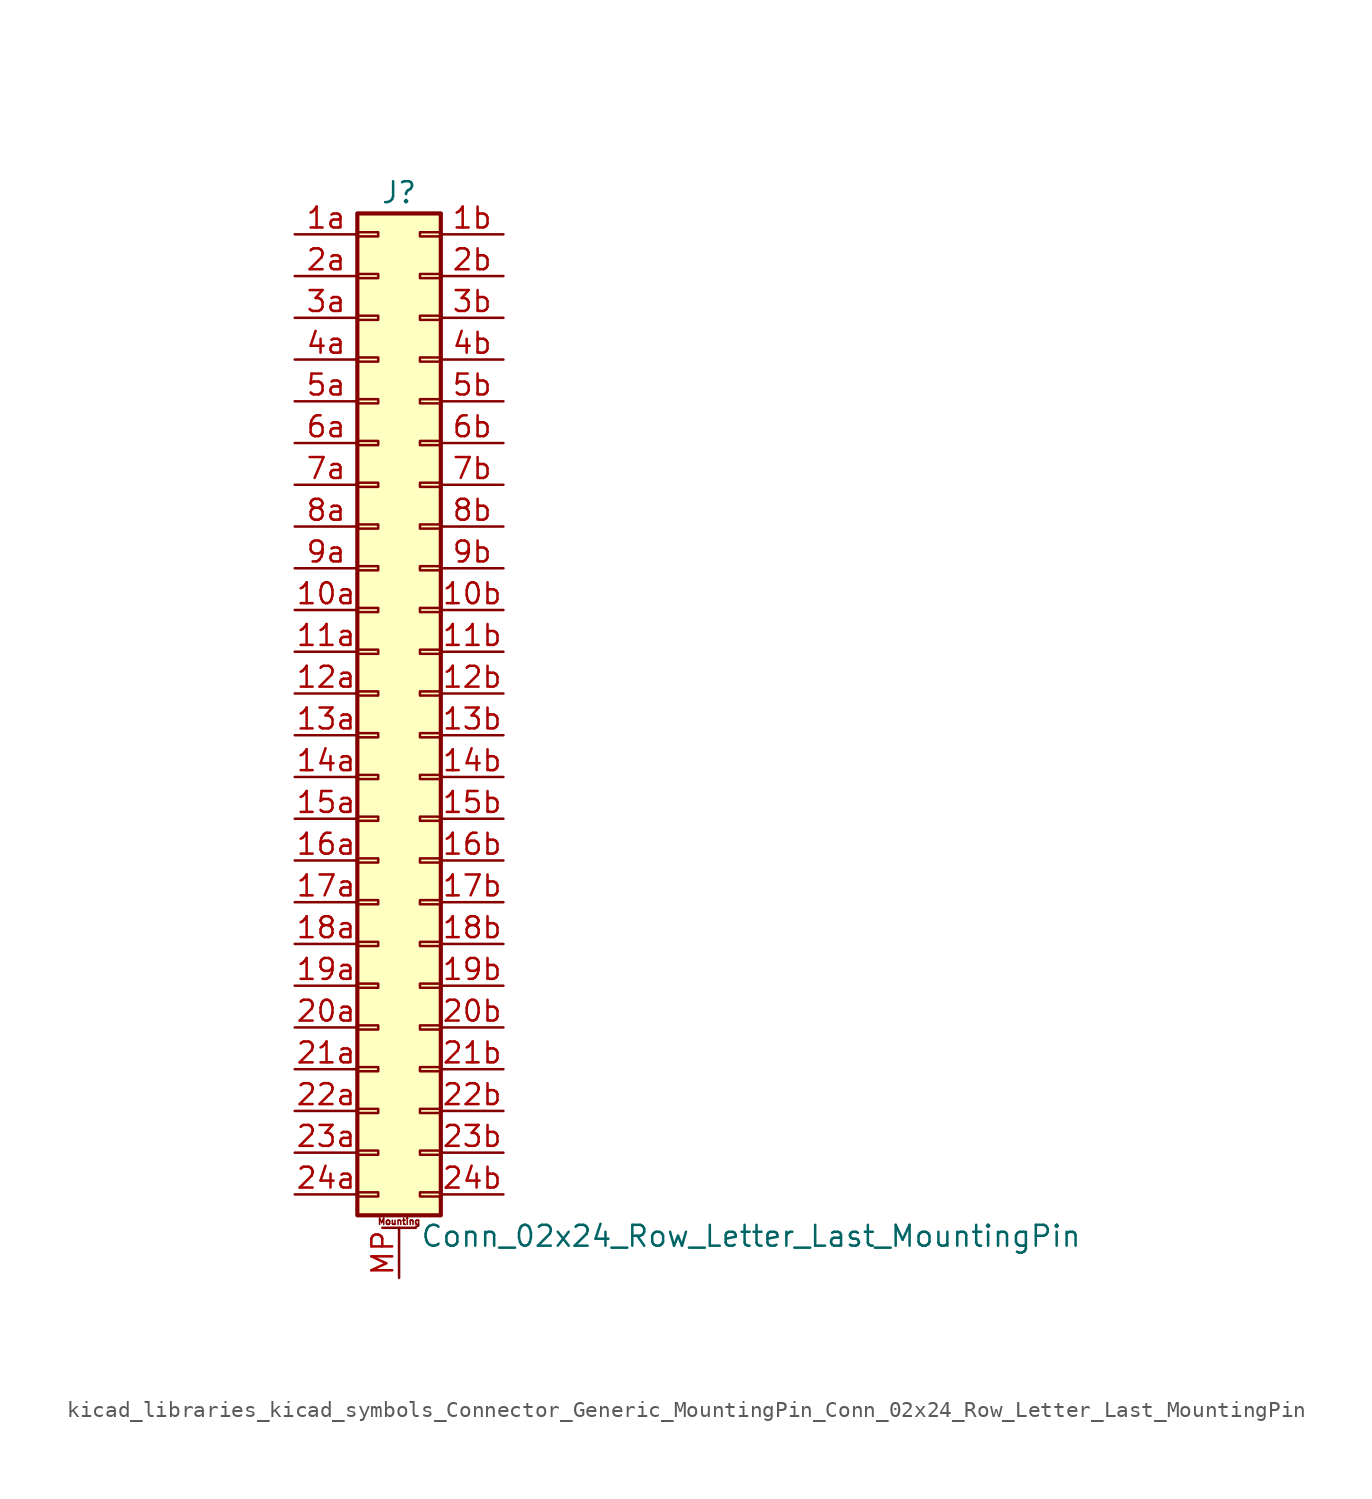
<source format=kicad_sym>
(kicad_symbol_lib
  (version 20220914)
  (generator kicad_symbol_editor)
  (symbol "kicad_libraries_kicad_symbols_Connector_Generic_MountingPin_Conn_02x24_Row_Letter_Last_MountingPin"
    (pin_names
      (offset 1.016) hide)
    (property "Reference" "J"
      (at 1.27 30.48 0)
      (effects (font (size 1.27 1.27))))
    (property "Value" "Conn_02x24_Row_Letter_Last_MountingPin"
      (at 2.54 -33.02 0)
      (effects (font (size 1.27 1.27)) (justify left)))
    (symbol "kicad_libraries_kicad_symbols_Connector_Generic_MountingPin_Conn_02x24_Row_Letter_Last_MountingPin_1_1"
      (rectangle (start -1.27 -30.353) (end 0 -30.607) (stroke (width 0.152) (type default)) (fill (type none)))
      (rectangle (start -1.27 -27.813) (end 0 -28.067) (stroke (width 0.152) (type default)) (fill (type none)))
      (rectangle (start -1.27 -25.273) (end 0 -25.527) (stroke (width 0.152) (type default)) (fill (type none)))
      (rectangle (start -1.27 -22.733) (end 0 -22.987) (stroke (width 0.152) (type default)) (fill (type none)))
      (rectangle (start -1.27 -20.193) (end 0 -20.447) (stroke (width 0.152) (type default)) (fill (type none)))
      (rectangle (start -1.27 -17.653) (end 0 -17.907) (stroke (width 0.152) (type default)) (fill (type none)))
      (rectangle (start -1.27 -15.113) (end 0 -15.367) (stroke (width 0.152) (type default)) (fill (type none)))
      (rectangle (start -1.27 -12.573) (end 0 -12.827) (stroke (width 0.152) (type default)) (fill (type none)))
      (rectangle (start -1.27 -10.033) (end 0 -10.287) (stroke (width 0.152) (type default)) (fill (type none)))
      (rectangle (start -1.27 -7.493) (end 0 -7.747) (stroke (width 0.152) (type default)) (fill (type none)))
      (rectangle (start -1.27 -4.953) (end 0 -5.207) (stroke (width 0.152) (type default)) (fill (type none)))
      (rectangle (start -1.27 -2.413) (end 0 -2.667) (stroke (width 0.152) (type default)) (fill (type none)))
      (rectangle (start -1.27 0.127) (end 0 -0.127) (stroke (width 0.152) (type default)) (fill (type none)))
      (rectangle (start -1.27 2.667) (end 0 2.413) (stroke (width 0.152) (type default)) (fill (type none)))
      (rectangle (start -1.27 5.207) (end 0 4.953) (stroke (width 0.152) (type default)) (fill (type none)))
      (rectangle (start -1.27 7.747) (end 0 7.493) (stroke (width 0.152) (type default)) (fill (type none)))
      (rectangle (start -1.27 10.287) (end 0 10.033) (stroke (width 0.152) (type default)) (fill (type none)))
      (rectangle (start -1.27 12.827) (end 0 12.573) (stroke (width 0.152) (type default)) (fill (type none)))
      (rectangle (start -1.27 15.367) (end 0 15.113) (stroke (width 0.152) (type default)) (fill (type none)))
      (rectangle (start -1.27 17.907) (end 0 17.653) (stroke (width 0.152) (type default)) (fill (type none)))
      (rectangle (start -1.27 20.447) (end 0 20.193) (stroke (width 0.152) (type default)) (fill (type none)))
      (rectangle (start -1.27 22.987) (end 0 22.733) (stroke (width 0.152) (type default)) (fill (type none)))
      (rectangle (start -1.27 25.527) (end 0 25.273) (stroke (width 0.152) (type default)) (fill (type none)))
      (rectangle (start -1.27 28.067) (end 0 27.813) (stroke (width 0.152) (type default)) (fill (type none)))
      (rectangle (start -1.27 29.21) (end 3.81 -31.75) (stroke (width 0.254) (type default)) (fill (type background)))
      (polyline (pts (xy 0.254 -32.512) (xy 2.286 -32.512)) (stroke (width 0.152) (type default)) (fill (type none)))
      (rectangle (start 3.81 -30.353) (end 2.54 -30.607) (stroke (width 0.152) (type default)) (fill (type none)))
      (rectangle (start 3.81 -27.813) (end 2.54 -28.067) (stroke (width 0.152) (type default)) (fill (type none)))
      (rectangle (start 3.81 -25.273) (end 2.54 -25.527) (stroke (width 0.152) (type default)) (fill (type none)))
      (rectangle (start 3.81 -22.733) (end 2.54 -22.987) (stroke (width 0.152) (type default)) (fill (type none)))
      (rectangle (start 3.81 -20.193) (end 2.54 -20.447) (stroke (width 0.152) (type default)) (fill (type none)))
      (rectangle (start 3.81 -17.653) (end 2.54 -17.907) (stroke (width 0.152) (type default)) (fill (type none)))
      (rectangle (start 3.81 -15.113) (end 2.54 -15.367) (stroke (width 0.152) (type default)) (fill (type none)))
      (rectangle (start 3.81 -12.573) (end 2.54 -12.827) (stroke (width 0.152) (type default)) (fill (type none)))
      (rectangle (start 3.81 -10.033) (end 2.54 -10.287) (stroke (width 0.152) (type default)) (fill (type none)))
      (rectangle (start 3.81 -7.493) (end 2.54 -7.747) (stroke (width 0.152) (type default)) (fill (type none)))
      (rectangle (start 3.81 -4.953) (end 2.54 -5.207) (stroke (width 0.152) (type default)) (fill (type none)))
      (rectangle (start 3.81 -2.413) (end 2.54 -2.667) (stroke (width 0.152) (type default)) (fill (type none)))
      (rectangle (start 3.81 0.127) (end 2.54 -0.127) (stroke (width 0.152) (type default)) (fill (type none)))
      (rectangle (start 3.81 2.667) (end 2.54 2.413) (stroke (width 0.152) (type default)) (fill (type none)))
      (rectangle (start 3.81 5.207) (end 2.54 4.953) (stroke (width 0.152) (type default)) (fill (type none)))
      (rectangle (start 3.81 7.747) (end 2.54 7.493) (stroke (width 0.152) (type default)) (fill (type none)))
      (rectangle (start 3.81 10.287) (end 2.54 10.033) (stroke (width 0.152) (type default)) (fill (type none)))
      (rectangle (start 3.81 12.827) (end 2.54 12.573) (stroke (width 0.152) (type default)) (fill (type none)))
      (rectangle (start 3.81 15.367) (end 2.54 15.113) (stroke (width 0.152) (type default)) (fill (type none)))
      (rectangle (start 3.81 17.907) (end 2.54 17.653) (stroke (width 0.152) (type default)) (fill (type none)))
      (rectangle (start 3.81 20.447) (end 2.54 20.193) (stroke (width 0.152) (type default)) (fill (type none)))
      (rectangle (start 3.81 22.987) (end 2.54 22.733) (stroke (width 0.152) (type default)) (fill (type none)))
      (rectangle (start 3.81 25.527) (end 2.54 25.273) (stroke (width 0.152) (type default)) (fill (type none)))
      (rectangle (start 3.81 28.067) (end 2.54 27.813) (stroke (width 0.152) (type default)) (fill (type none)))
      (text "Mounting" (at 1.27 -32.131 0) (effects (font (size 0.381 0.381))))
      (pin passive line (at -5.08 5.08 0) (length 3.81) (name "Pin_10a" (effects (font (size 1.27 1.27)))) (number "10a" (effects (font (size 1.27 1.27)))))
      (pin passive line (at 7.62 5.08 180) (length 3.81) (name "Pin_10b" (effects (font (size 1.27 1.27)))) (number "10b" (effects (font (size 1.27 1.27)))))
      (pin passive line (at -5.08 2.54 0) (length 3.81) (name "Pin_11a" (effects (font (size 1.27 1.27)))) (number "11a" (effects (font (size 1.27 1.27)))))
      (pin passive line (at 7.62 2.54 180) (length 3.81) (name "Pin_11b" (effects (font (size 1.27 1.27)))) (number "11b" (effects (font (size 1.27 1.27)))))
      (pin passive line (at -5.08 0 0) (length 3.81) (name "Pin_12a" (effects (font (size 1.27 1.27)))) (number "12a" (effects (font (size 1.27 1.27)))))
      (pin passive line (at 7.62 0 180) (length 3.81) (name "Pin_12b" (effects (font (size 1.27 1.27)))) (number "12b" (effects (font (size 1.27 1.27)))))
      (pin passive line (at -5.08 -2.54 0) (length 3.81) (name "Pin_13a" (effects (font (size 1.27 1.27)))) (number "13a" (effects (font (size 1.27 1.27)))))
      (pin passive line (at 7.62 -2.54 180) (length 3.81) (name "Pin_13b" (effects (font (size 1.27 1.27)))) (number "13b" (effects (font (size 1.27 1.27)))))
      (pin passive line (at -5.08 -5.08 0) (length 3.81) (name "Pin_14a" (effects (font (size 1.27 1.27)))) (number "14a" (effects (font (size 1.27 1.27)))))
      (pin passive line (at 7.62 -5.08 180) (length 3.81) (name "Pin_14b" (effects (font (size 1.27 1.27)))) (number "14b" (effects (font (size 1.27 1.27)))))
      (pin passive line (at -5.08 -7.62 0) (length 3.81) (name "Pin_15a" (effects (font (size 1.27 1.27)))) (number "15a" (effects (font (size 1.27 1.27)))))
      (pin passive line (at 7.62 -7.62 180) (length 3.81) (name "Pin_15b" (effects (font (size 1.27 1.27)))) (number "15b" (effects (font (size 1.27 1.27)))))
      (pin passive line (at -5.08 -10.16 0) (length 3.81) (name "Pin_16a" (effects (font (size 1.27 1.27)))) (number "16a" (effects (font (size 1.27 1.27)))))
      (pin passive line (at 7.62 -10.16 180) (length 3.81) (name "Pin_16b" (effects (font (size 1.27 1.27)))) (number "16b" (effects (font (size 1.27 1.27)))))
      (pin passive line (at -5.08 -12.7 0) (length 3.81) (name "Pin_17a" (effects (font (size 1.27 1.27)))) (number "17a" (effects (font (size 1.27 1.27)))))
      (pin passive line (at 7.62 -12.7 180) (length 3.81) (name "Pin_17b" (effects (font (size 1.27 1.27)))) (number "17b" (effects (font (size 1.27 1.27)))))
      (pin passive line (at -5.08 -15.24 0) (length 3.81) (name "Pin_18a" (effects (font (size 1.27 1.27)))) (number "18a" (effects (font (size 1.27 1.27)))))
      (pin passive line (at 7.62 -15.24 180) (length 3.81) (name "Pin_18b" (effects (font (size 1.27 1.27)))) (number "18b" (effects (font (size 1.27 1.27)))))
      (pin passive line (at -5.08 -17.78 0) (length 3.81) (name "Pin_19a" (effects (font (size 1.27 1.27)))) (number "19a" (effects (font (size 1.27 1.27)))))
      (pin passive line (at 7.62 -17.78 180) (length 3.81) (name "Pin_19b" (effects (font (size 1.27 1.27)))) (number "19b" (effects (font (size 1.27 1.27)))))
      (pin passive line (at -5.08 27.94 0) (length 3.81) (name "Pin_1a" (effects (font (size 1.27 1.27)))) (number "1a" (effects (font (size 1.27 1.27)))))
      (pin passive line (at 7.62 27.94 180) (length 3.81) (name "Pin_1b" (effects (font (size 1.27 1.27)))) (number "1b" (effects (font (size 1.27 1.27)))))
      (pin passive line (at -5.08 -20.32 0) (length 3.81) (name "Pin_20a" (effects (font (size 1.27 1.27)))) (number "20a" (effects (font (size 1.27 1.27)))))
      (pin passive line (at 7.62 -20.32 180) (length 3.81) (name "Pin_20b" (effects (font (size 1.27 1.27)))) (number "20b" (effects (font (size 1.27 1.27)))))
      (pin passive line (at -5.08 -22.86 0) (length 3.81) (name "Pin_21a" (effects (font (size 1.27 1.27)))) (number "21a" (effects (font (size 1.27 1.27)))))
      (pin passive line (at 7.62 -22.86 180) (length 3.81) (name "Pin_21b" (effects (font (size 1.27 1.27)))) (number "21b" (effects (font (size 1.27 1.27)))))
      (pin passive line (at -5.08 -25.4 0) (length 3.81) (name "Pin_22a" (effects (font (size 1.27 1.27)))) (number "22a" (effects (font (size 1.27 1.27)))))
      (pin passive line (at 7.62 -25.4 180) (length 3.81) (name "Pin_22b" (effects (font (size 1.27 1.27)))) (number "22b" (effects (font (size 1.27 1.27)))))
      (pin passive line (at -5.08 -27.94 0) (length 3.81) (name "Pin_23a" (effects (font (size 1.27 1.27)))) (number "23a" (effects (font (size 1.27 1.27)))))
      (pin passive line (at 7.62 -27.94 180) (length 3.81) (name "Pin_23b" (effects (font (size 1.27 1.27)))) (number "23b" (effects (font (size 1.27 1.27)))))
      (pin passive line (at -5.08 -30.48 0) (length 3.81) (name "Pin_24a" (effects (font (size 1.27 1.27)))) (number "24a" (effects (font (size 1.27 1.27)))))
      (pin passive line (at 7.62 -30.48 180) (length 3.81) (name "Pin_24b" (effects (font (size 1.27 1.27)))) (number "24b" (effects (font (size 1.27 1.27)))))
      (pin passive line (at -5.08 25.4 0) (length 3.81) (name "Pin_2a" (effects (font (size 1.27 1.27)))) (number "2a" (effects (font (size 1.27 1.27)))))
      (pin passive line (at 7.62 25.4 180) (length 3.81) (name "Pin_2b" (effects (font (size 1.27 1.27)))) (number "2b" (effects (font (size 1.27 1.27)))))
      (pin passive line (at -5.08 22.86 0) (length 3.81) (name "Pin_3a" (effects (font (size 1.27 1.27)))) (number "3a" (effects (font (size 1.27 1.27)))))
      (pin passive line (at 7.62 22.86 180) (length 3.81) (name "Pin_3b" (effects (font (size 1.27 1.27)))) (number "3b" (effects (font (size 1.27 1.27)))))
      (pin passive line (at -5.08 20.32 0) (length 3.81) (name "Pin_4a" (effects (font (size 1.27 1.27)))) (number "4a" (effects (font (size 1.27 1.27)))))
      (pin passive line (at 7.62 20.32 180) (length 3.81) (name "Pin_4b" (effects (font (size 1.27 1.27)))) (number "4b" (effects (font (size 1.27 1.27)))))
      (pin passive line (at -5.08 17.78 0) (length 3.81) (name "Pin_5a" (effects (font (size 1.27 1.27)))) (number "5a" (effects (font (size 1.27 1.27)))))
      (pin passive line (at 7.62 17.78 180) (length 3.81) (name "Pin_5b" (effects (font (size 1.27 1.27)))) (number "5b" (effects (font (size 1.27 1.27)))))
      (pin passive line (at -5.08 15.24 0) (length 3.81) (name "Pin_6a" (effects (font (size 1.27 1.27)))) (number "6a" (effects (font (size 1.27 1.27)))))
      (pin passive line (at 7.62 15.24 180) (length 3.81) (name "Pin_6b" (effects (font (size 1.27 1.27)))) (number "6b" (effects (font (size 1.27 1.27)))))
      (pin passive line (at -5.08 12.7 0) (length 3.81) (name "Pin_7a" (effects (font (size 1.27 1.27)))) (number "7a" (effects (font (size 1.27 1.27)))))
      (pin passive line (at 7.62 12.7 180) (length 3.81) (name "Pin_7b" (effects (font (size 1.27 1.27)))) (number "7b" (effects (font (size 1.27 1.27)))))
      (pin passive line (at -5.08 10.16 0) (length 3.81) (name "Pin_8a" (effects (font (size 1.27 1.27)))) (number "8a" (effects (font (size 1.27 1.27)))))
      (pin passive line (at 7.62 10.16 180) (length 3.81) (name "Pin_8b" (effects (font (size 1.27 1.27)))) (number "8b" (effects (font (size 1.27 1.27)))))
      (pin passive line (at -5.08 7.62 0) (length 3.81) (name "Pin_9a" (effects (font (size 1.27 1.27)))) (number "9a" (effects (font (size 1.27 1.27)))))
      (pin passive line (at 7.62 7.62 180) (length 3.81) (name "Pin_9b" (effects (font (size 1.27 1.27)))) (number "9b" (effects (font (size 1.27 1.27)))))
      (pin passive line (at 1.27 -35.56 90) (length 3.048) (name "MountPin" (effects (font (size 1.27 1.27)))) (number "MP" (effects (font (size 1.27 1.27))))))))
</source>
